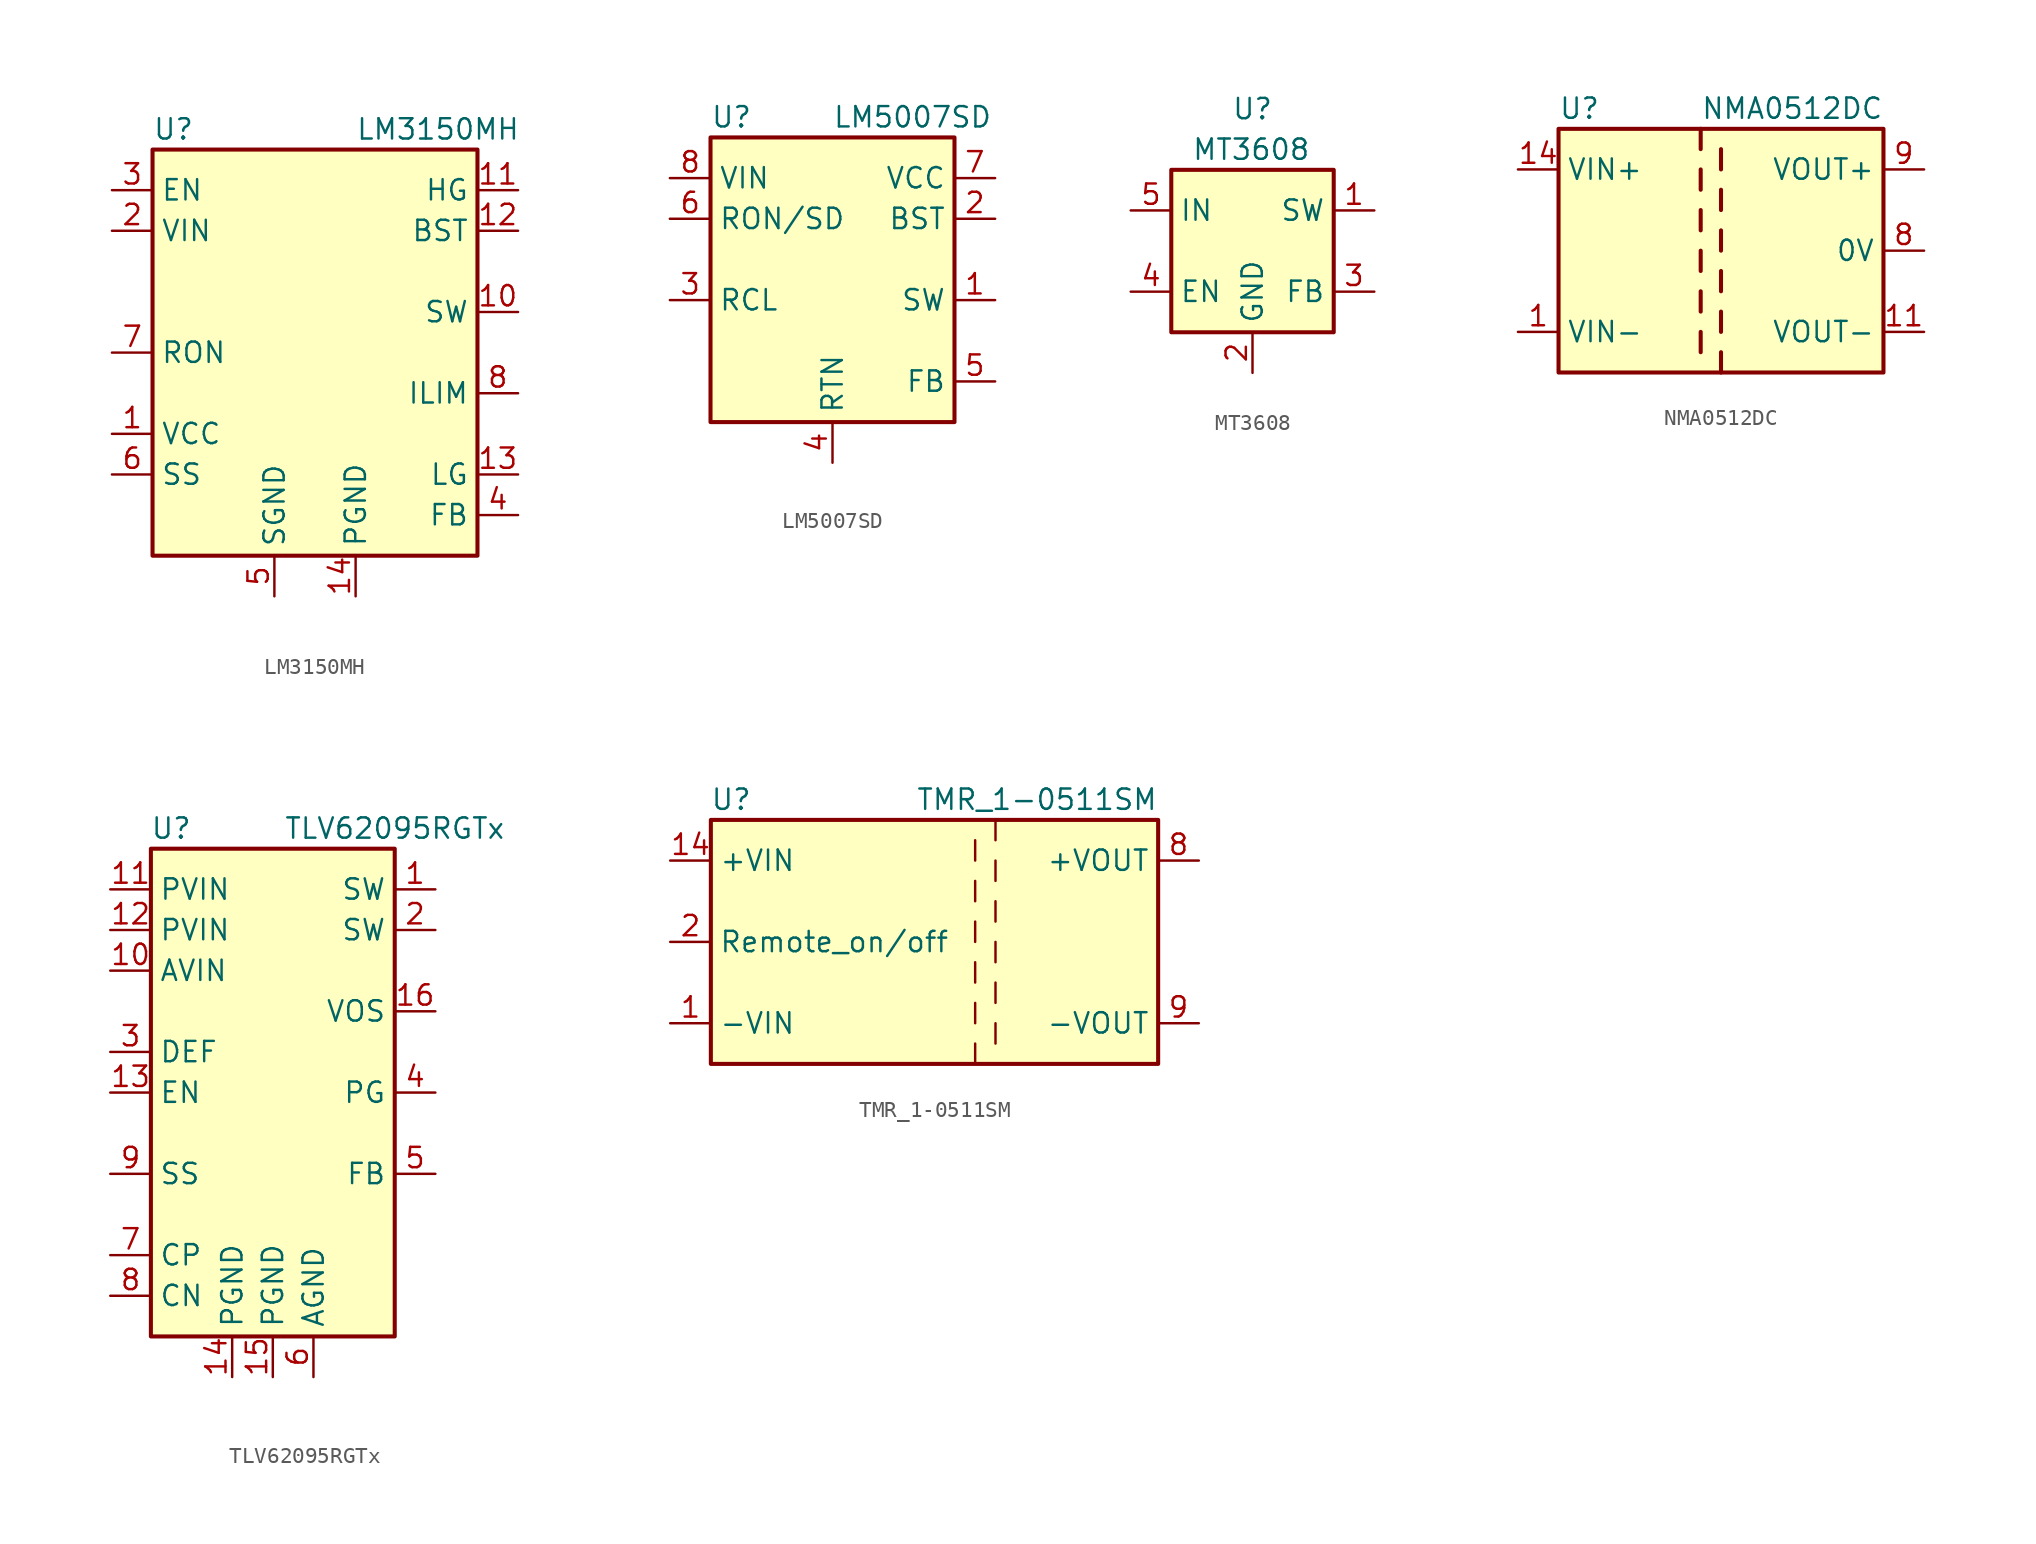
<source format=kicad_sym>
(kicad_symbol_lib
  (version 20220914)
  (generator kicad_symbol_editor)
  (symbol "LM3150MH"
    (property "Reference" "U"
      (at -10.16 13.97 0)
      (effects (font (size 1.27 1.27)) (justify left)))
    (property "Value" "LM3150MH"
      (at 2.54 13.97 0)
      (effects (font (size 1.27 1.27)) (justify left)))
    (symbol "LM3150MH_0_1"
      (rectangle (start -10.16 12.7) (end 10.16 -12.7) (stroke (width 0.254) (type default)) (fill (type background))))
    (symbol "LM3150MH_1_1"
      (pin power_out line (at -12.7 -5.08 0) (length 2.54) (name "VCC" (effects (font (size 1.27 1.27)))) (number "1" (effects (font (size 1.27 1.27)))))
      (pin output line (at 12.7 2.54 180) (length 2.54) (name "SW" (effects (font (size 1.27 1.27)))) (number "10" (effects (font (size 1.27 1.27)))))
      (pin output line (at 12.7 10.16 180) (length 2.54) (name "HG" (effects (font (size 1.27 1.27)))) (number "11" (effects (font (size 1.27 1.27)))))
      (pin passive line (at 12.7 7.62 180) (length 2.54) (name "BST" (effects (font (size 1.27 1.27)))) (number "12" (effects (font (size 1.27 1.27)))))
      (pin output line (at 12.7 -7.62 180) (length 2.54) (name "LG" (effects (font (size 1.27 1.27)))) (number "13" (effects (font (size 1.27 1.27)))))
      (pin power_in line (at 2.54 -15.24 90) (length 2.54) (name "PGND" (effects (font (size 1.27 1.27)))) (number "14" (effects (font (size 1.27 1.27)))))
      (pin power_in line (at -2.54 -15.24 90) (length 2.54) hide (name "SGND" (effects (font (size 1.27 1.27)))) (number "15" (effects (font (size 1.27 1.27)))))
      (pin power_in line (at -12.7 7.62 0) (length 2.54) (name "VIN" (effects (font (size 1.27 1.27)))) (number "2" (effects (font (size 1.27 1.27)))))
      (pin input line (at -12.7 10.16 0) (length 2.54) (name "EN" (effects (font (size 1.27 1.27)))) (number "3" (effects (font (size 1.27 1.27)))))
      (pin input line (at 12.7 -10.16 180) (length 2.54) (name "FB" (effects (font (size 1.27 1.27)))) (number "4" (effects (font (size 1.27 1.27)))))
      (pin power_in line (at -2.54 -15.24 90) (length 2.54) (name "SGND" (effects (font (size 1.27 1.27)))) (number "5" (effects (font (size 1.27 1.27)))))
      (pin passive line (at -12.7 -7.62 0) (length 2.54) (name "SS" (effects (font (size 1.27 1.27)))) (number "6" (effects (font (size 1.27 1.27)))))
      (pin input line (at -12.7 0 0) (length 2.54) (name "RON" (effects (font (size 1.27 1.27)))) (number "7" (effects (font (size 1.27 1.27)))))
      (pin input line (at 12.7 -2.54 180) (length 2.54) (name "ILIM" (effects (font (size 1.27 1.27)))) (number "8" (effects (font (size 1.27 1.27)))))
      (pin power_in line (at -2.54 -15.24 90) (length 2.54) hide (name "SGND" (effects (font (size 1.27 1.27)))) (number "9" (effects (font (size 1.27 1.27)))))))
  (symbol "LM5007SD"
    (property "Reference" "U"
      (at -7.62 8.89 0)
      (effects (font (size 1.27 1.27)) (justify left)))
    (property "Value" "LM5007SD"
      (at 0 8.89 0)
      (effects (font (size 1.27 1.27)) (justify left)))
    (symbol "LM5007SD_0_1"
      (rectangle (start -7.62 7.62) (end 7.62 -10.16) (stroke (width 0.254) (type default)) (fill (type background))))
    (symbol "LM5007SD_1_1"
      (pin output line (at 10.16 -2.54 180) (length 2.54) (name "SW" (effects (font (size 1.27 1.27)))) (number "1" (effects (font (size 1.27 1.27)))))
      (pin input line (at 10.16 2.54 180) (length 2.54) (name "BST" (effects (font (size 1.27 1.27)))) (number "2" (effects (font (size 1.27 1.27)))))
      (pin input line (at -10.16 -2.54 0) (length 2.54) (name "RCL" (effects (font (size 1.27 1.27)))) (number "3" (effects (font (size 1.27 1.27)))))
      (pin power_in line (at 0 -12.7 90) (length 2.54) (name "RTN" (effects (font (size 1.27 1.27)))) (number "4" (effects (font (size 1.27 1.27)))))
      (pin input line (at 10.16 -7.62 180) (length 2.54) (name "FB" (effects (font (size 1.27 1.27)))) (number "5" (effects (font (size 1.27 1.27)))))
      (pin input line (at -10.16 2.54 0) (length 2.54) (name "RON/SD" (effects (font (size 1.27 1.27)))) (number "6" (effects (font (size 1.27 1.27)))))
      (pin output line (at 10.16 5.08 180) (length 2.54) (name "VCC" (effects (font (size 1.27 1.27)))) (number "7" (effects (font (size 1.27 1.27)))))
      (pin power_in line (at -10.16 5.08 0) (length 2.54) (name "VIN" (effects (font (size 1.27 1.27)))) (number "8" (effects (font (size 1.27 1.27)))))
      (pin passive line (at -2.54 -12.7 90) (length 2.54) hide (name "PAD" (effects (font (size 1.27 1.27)))) (number "9" (effects (font (size 1.27 1.27)))))))
  (symbol "MT3608"
    (property "Reference" "U"
      (at 0 8.89 0)
      (effects (font (size 1.27 1.27))))
    (property "Value" "MT3608"
      (at -3.81 6.35 0)
      (effects (font (size 1.27 1.27)) (justify left)))
    (symbol "MT3608_0_1"
      (rectangle (start -5.08 5.08) (end 5.08 -5.08) (stroke (width 0.254) (type default)) (fill (type background))))
    (symbol "MT3608_1_1"
      (pin passive line (at 7.62 2.54 180) (length 2.54) (name "SW" (effects (font (size 1.27 1.27)))) (number "1" (effects (font (size 1.27 1.27)))))
      (pin power_in line (at 0 -7.62 90) (length 2.54) (name "GND" (effects (font (size 1.27 1.27)))) (number "2" (effects (font (size 1.27 1.27)))))
      (pin input line (at 7.62 -2.54 180) (length 2.54) (name "FB" (effects (font (size 1.27 1.27)))) (number "3" (effects (font (size 1.27 1.27)))))
      (pin input line (at -7.62 -2.54 0) (length 2.54) (name "EN" (effects (font (size 1.27 1.27)))) (number "4" (effects (font (size 1.27 1.27)))))
      (pin power_in line (at -7.62 2.54 0) (length 2.54) (name "IN" (effects (font (size 1.27 1.27)))) (number "5" (effects (font (size 1.27 1.27)))))
      (pin no_connect line (at 5.08 0 180) (length 2.54) hide (name "NC" (effects (font (size 1.27 1.27)))) (number "6" (effects (font (size 1.27 1.27)))))))
  (symbol "NMA0512DC"
    (property "Reference" "U"
      (at -10.16 8.89 0)
      (effects (font (size 1.27 1.27)) (justify left)))
    (property "Value" "NMA0512DC"
      (at -1.27 8.89 0)
      (effects (font (size 1.27 1.27)) (justify left)))
    (symbol "NMA0512DC_0_1"
      (rectangle (start -10.16 7.62) (end 10.16 -7.62) (stroke (width 0.254) (type default)) (fill (type background)))
      (polyline (pts (xy -1.27 -5.08) (xy -1.27 -6.35)) (stroke (width 0.254) (type default)) (fill (type none)))
      (polyline (pts (xy -1.27 -2.54) (xy -1.27 -3.81)) (stroke (width 0.254) (type default)) (fill (type none)))
      (polyline (pts (xy -1.27 0) (xy -1.27 -1.27)) (stroke (width 0.254) (type default)) (fill (type none)))
      (polyline (pts (xy -1.27 2.54) (xy -1.27 1.27)) (stroke (width 0.254) (type default)) (fill (type none)))
      (polyline (pts (xy -1.27 5.08) (xy -1.27 3.81)) (stroke (width 0.254) (type default)) (fill (type none)))
      (polyline (pts (xy -1.27 7.62) (xy -1.27 6.35)) (stroke (width 0.254) (type default)) (fill (type none)))
      (polyline (pts (xy 0 -7.62) (xy 0 -6.35)) (stroke (width 0.254) (type default)) (fill (type none)))
      (polyline (pts (xy 0 -5.08) (xy 0 -3.81)) (stroke (width 0.254) (type default)) (fill (type none)))
      (polyline (pts (xy 0 -1.27) (xy 0 -2.54)) (stroke (width 0.254) (type default)) (fill (type none)))
      (polyline (pts (xy 0 0) (xy 0 1.27)) (stroke (width 0.254) (type default)) (fill (type none)))
      (polyline (pts (xy 0 2.54) (xy 0 3.81)) (stroke (width 0.254) (type default)) (fill (type none)))
      (polyline (pts (xy 0 5.08) (xy 0 6.35)) (stroke (width 0.254) (type default)) (fill (type none))))
    (symbol "NMA0512DC_1_1"
      (pin power_in line (at -12.7 -5.08 0) (length 2.54) (name "VIN-" (effects (font (size 1.27 1.27)))) (number "1" (effects (font (size 1.27 1.27)))))
      (pin power_out line (at 12.7 -5.08 180) (length 2.54) (name "VOUT-" (effects (font (size 1.27 1.27)))) (number "11" (effects (font (size 1.27 1.27)))))
      (pin power_in line (at -12.7 5.08 0) (length 2.54) (name "VIN+" (effects (font (size 1.27 1.27)))) (number "14" (effects (font (size 1.27 1.27)))))
      (pin no_connect line (at -12.7 0 0) (length 2.54) hide (name "NC" (effects (font (size 1.27 1.27)))) (number "7" (effects (font (size 1.27 1.27)))))
      (pin power_out line (at 12.7 0 180) (length 2.54) (name "0V" (effects (font (size 1.27 1.27)))) (number "8" (effects (font (size 1.27 1.27)))))
      (pin power_out line (at 12.7 5.08 180) (length 2.54) (name "VOUT+" (effects (font (size 1.27 1.27)))) (number "9" (effects (font (size 1.27 1.27)))))))
  (symbol "TLV62095RGTx"
    (property "Reference" "U"
      (at -6.35 16.51 0)
      (effects (font (size 1.27 1.27))))
    (property "Value" "TLV62095RGTx"
      (at 7.62 16.51 0)
      (effects (font (size 1.27 1.27))))
    (symbol "TLV62095RGTx_0_1"
      (rectangle (start -7.62 -15.24) (end 7.62 15.24) (stroke (width 0.254) (type default)) (fill (type background)))
      (pin power_out line (at 10.16 12.7 180) (length 2.54) (name "SW" (effects (font (size 1.27 1.27)))) (number "1" (effects (font (size 1.27 1.27)))))
      (pin power_in line (at -10.16 7.62 0) (length 2.54) (name "AVIN" (effects (font (size 1.27 1.27)))) (number "10" (effects (font (size 1.27 1.27)))))
      (pin power_in line (at -10.16 12.7 0) (length 2.54) (name "PVIN" (effects (font (size 1.27 1.27)))) (number "11" (effects (font (size 1.27 1.27)))))
      (pin power_in line (at -10.16 10.16 0) (length 2.54) (name "PVIN" (effects (font (size 1.27 1.27)))) (number "12" (effects (font (size 1.27 1.27)))))
      (pin input line (at -10.16 0 0) (length 2.54) (name "EN" (effects (font (size 1.27 1.27)))) (number "13" (effects (font (size 1.27 1.27)))))
      (pin power_in line (at -2.54 -17.78 90) (length 2.54) (name "PGND" (effects (font (size 1.27 1.27)))) (number "14" (effects (font (size 1.27 1.27)))))
      (pin power_in line (at 0 -17.78 90) (length 2.54) (name "PGND" (effects (font (size 1.27 1.27)))) (number "15" (effects (font (size 1.27 1.27)))))
      (pin input line (at 10.16 5.08 180) (length 2.54) (name "VOS" (effects (font (size 1.27 1.27)))) (number "16" (effects (font (size 1.27 1.27)))))
      (pin power_in line (at 2.54 -17.78 90) (length 2.54) hide (name "AGND" (effects (font (size 1.27 1.27)))) (number "17" (effects (font (size 1.27 1.27)))))
      (pin power_out line (at 10.16 10.16 180) (length 2.54) (name "SW" (effects (font (size 1.27 1.27)))) (number "2" (effects (font (size 1.27 1.27)))))
      (pin input line (at -10.16 2.54 0) (length 2.54) (name "DEF" (effects (font (size 1.27 1.27)))) (number "3" (effects (font (size 1.27 1.27)))))
      (pin tri_state line (at 10.16 0 180) (length 2.54) (name "PG" (effects (font (size 1.27 1.27)))) (number "4" (effects (font (size 1.27 1.27)))))
      (pin input line (at 10.16 -5.08 180) (length 2.54) (name "FB" (effects (font (size 1.27 1.27)))) (number "5" (effects (font (size 1.27 1.27)))))
      (pin power_in line (at 2.54 -17.78 90) (length 2.54) (name "AGND" (effects (font (size 1.27 1.27)))) (number "6" (effects (font (size 1.27 1.27)))))
      (pin passive line (at -10.16 -10.16 0) (length 2.54) (name "CP" (effects (font (size 1.27 1.27)))) (number "7" (effects (font (size 1.27 1.27)))))
      (pin passive line (at -10.16 -12.7 0) (length 2.54) (name "CN" (effects (font (size 1.27 1.27)))) (number "8" (effects (font (size 1.27 1.27)))))
      (pin input line (at -10.16 -5.08 0) (length 2.54) (name "SS" (effects (font (size 1.27 1.27)))) (number "9" (effects (font (size 1.27 1.27)))))))
  (symbol "TMR_1-0511SM"
    (property "Reference" "U"
      (at -16.51 8.89 0)
      (effects (font (size 1.27 1.27))))
    (property "Value" "TMR_1-0511SM"
      (at 10.16 8.89 0)
      (effects (font (size 1.27 1.27)) (justify right)))
    (symbol "TMR_1-0511SM_0_1"
      (rectangle (start -17.78 7.62) (end 10.16 -7.62) (stroke (width 0.254) (type default)) (fill (type background)))
      (polyline (pts (xy -1.27 -6.35) (xy -1.27 -7.62)) (stroke (width 0) (type default)) (fill (type none)))
      (polyline (pts (xy -1.27 -3.81) (xy -1.27 -5.08)) (stroke (width 0) (type default)) (fill (type none)))
      (polyline (pts (xy -1.27 -1.27) (xy -1.27 -2.54)) (stroke (width 0) (type default)) (fill (type none)))
      (polyline (pts (xy -1.27 1.27) (xy -1.27 0)) (stroke (width 0) (type default)) (fill (type none)))
      (polyline (pts (xy -1.27 3.81) (xy -1.27 2.54)) (stroke (width 0) (type default)) (fill (type none)))
      (polyline (pts (xy -1.27 6.35) (xy -1.27 5.08)) (stroke (width 0) (type default)) (fill (type none)))
      (polyline (pts (xy 0 -5.08) (xy 0 -6.35)) (stroke (width 0) (type default)) (fill (type none)))
      (polyline (pts (xy 0 -2.54) (xy 0 -3.81)) (stroke (width 0) (type default)) (fill (type none)))
      (polyline (pts (xy 0 0) (xy 0 -1.27)) (stroke (width 0) (type default)) (fill (type none)))
      (polyline (pts (xy 0 2.54) (xy 0 1.27)) (stroke (width 0) (type default)) (fill (type none)))
      (polyline (pts (xy 0 5.08) (xy 0 3.81)) (stroke (width 0) (type default)) (fill (type none)))
      (polyline (pts (xy 0 7.62) (xy 0 6.35)) (stroke (width 0) (type default)) (fill (type none))))
    (symbol "TMR_1-0511SM_1_1"
      (pin power_in line (at -20.32 -5.08 0) (length 2.54) (name "-VIN" (effects (font (size 1.27 1.27)))) (number "1" (effects (font (size 1.27 1.27)))))
      (pin power_in line (at -20.32 5.08 0) (length 2.54) (name "+VIN" (effects (font (size 1.27 1.27)))) (number "14" (effects (font (size 1.27 1.27)))))
      (pin input line (at -20.32 0 0) (length 2.54) (name "Remote_on/off" (effects (font (size 1.27 1.27)))) (number "2" (effects (font (size 1.27 1.27)))))
      (pin no_connect line (at 12.7 2.54 180) (length 2.54) hide (name "NC" (effects (font (size 1.27 1.27)))) (number "6" (effects (font (size 1.27 1.27)))))
      (pin no_connect line (at 12.7 -2.54 180) (length 2.54) hide (name "NC" (effects (font (size 1.27 1.27)))) (number "7" (effects (font (size 1.27 1.27)))))
      (pin power_out line (at 12.7 5.08 180) (length 2.54) (name "+VOUT" (effects (font (size 1.27 1.27)))) (number "8" (effects (font (size 1.27 1.27)))))
      (pin power_out line (at 12.7 -5.08 180) (length 2.54) (name "-VOUT" (effects (font (size 1.27 1.27)))) (number "9" (effects (font (size 1.27 1.27))))))))
</source>
